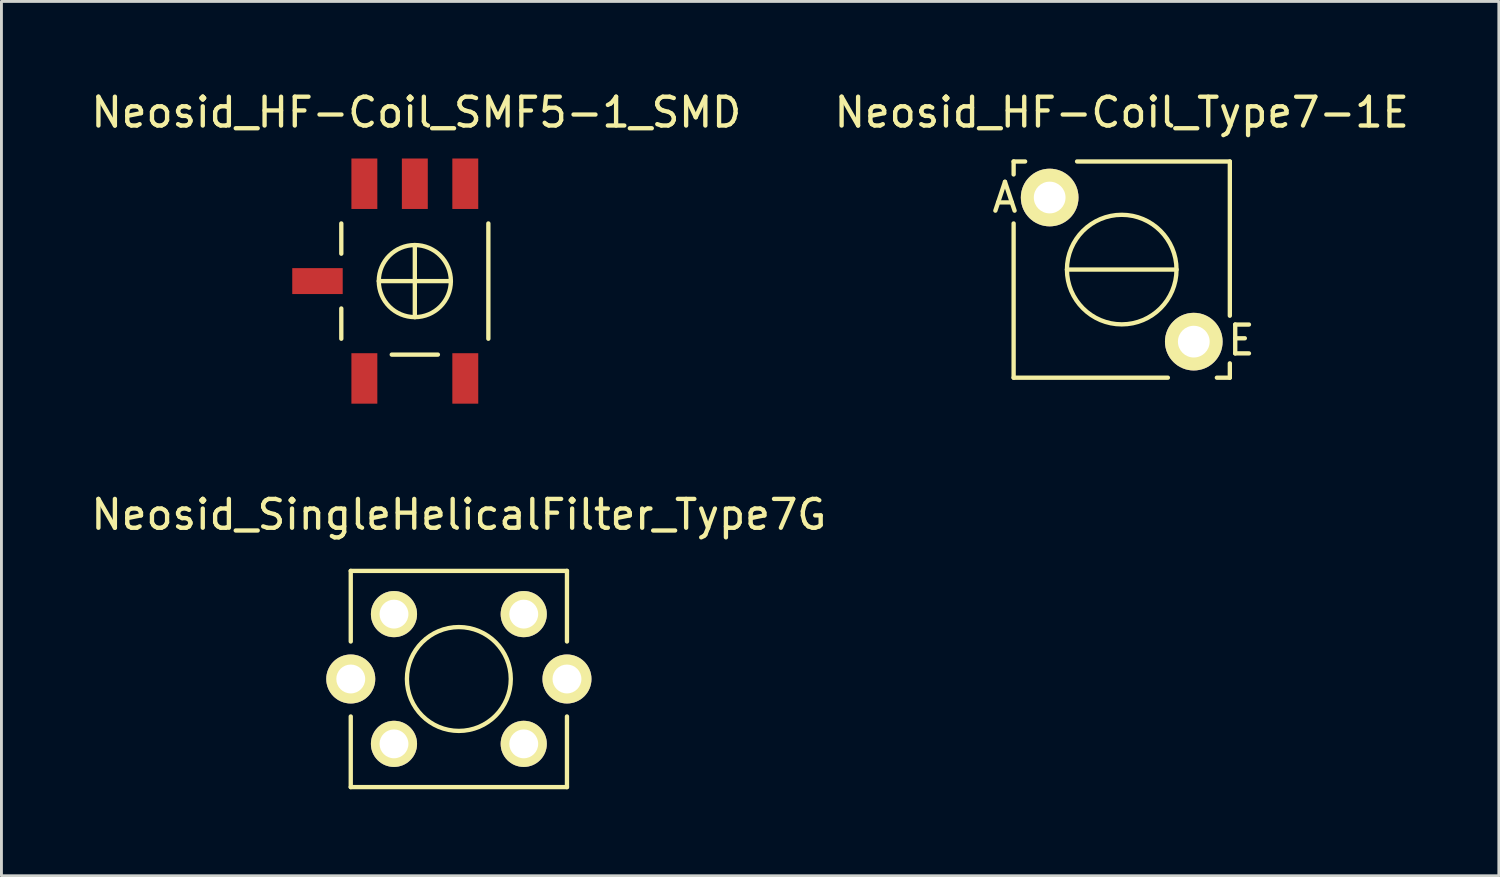
<source format=kicad_pcb>
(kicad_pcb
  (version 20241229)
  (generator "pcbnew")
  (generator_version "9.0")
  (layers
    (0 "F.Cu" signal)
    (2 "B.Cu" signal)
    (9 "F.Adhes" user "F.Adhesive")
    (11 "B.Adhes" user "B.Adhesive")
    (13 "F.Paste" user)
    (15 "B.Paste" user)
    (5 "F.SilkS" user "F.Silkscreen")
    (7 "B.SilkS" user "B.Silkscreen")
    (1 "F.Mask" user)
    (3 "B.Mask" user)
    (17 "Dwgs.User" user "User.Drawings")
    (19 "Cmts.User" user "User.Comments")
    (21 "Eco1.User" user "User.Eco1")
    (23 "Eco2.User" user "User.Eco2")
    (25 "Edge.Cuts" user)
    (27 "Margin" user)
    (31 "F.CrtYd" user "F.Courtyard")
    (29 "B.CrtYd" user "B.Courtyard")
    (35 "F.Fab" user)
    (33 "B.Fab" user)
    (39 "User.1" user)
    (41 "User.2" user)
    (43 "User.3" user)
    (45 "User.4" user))
  (footprint "Neosid_SingleHelicalFilter_Type7G"
    (layer "F.Cu")
    (at 12.863 20.497)
    (property "Reference" "Neosid_SingleHelicalFilter_Type7G" (at 0 -5.7 0) (layer "F.SilkS") (effects (font (size 1 1) (thickness 0.15))))
    (attr through_hole)
    (fp_line (start -3.749 -3.749) (end -3.749 -1.3) (stroke (width 0.15) (type solid)) (layer "F.SilkS"))
    (fp_line (start -3.749 1.3) (end -3.749 3.749) (stroke (width 0.15) (type solid)) (layer "F.SilkS"))
    (fp_line (start -3.749 3.749) (end 3.749 3.749) (stroke (width 0.15) (type solid)) (layer "F.SilkS"))
    (fp_line (start 3.749 -3.749) (end -3.749 -3.749) (stroke (width 0.15) (type solid)) (layer "F.SilkS"))
    (fp_line (start 3.749 -1.3) (end 3.749 -3.749) (stroke (width 0.15) (type solid)) (layer "F.SilkS"))
    (fp_line (start 3.749 3.749) (end 3.749 1.3) (stroke (width 0.15) (type solid)) (layer "F.SilkS"))
    (fp_circle (center 0 0) (end 1.801 0) (stroke (width 0.15) (type solid)) (fill no) (layer "F.SilkS"))
    (pad "1" thru_hole circle (at 2.25 2.25 90) (size 1.6 1.6) (drill 1.001) (layers "*.Cu" "*.Mask" "F.SilkS"))
    (pad "2" thru_hole circle (at 2.25 -2.25 90) (size 1.6 1.6) (drill 1.001) (layers "*.Cu" "*.Mask" "F.SilkS"))
    (pad "4" thru_hole circle (at -2.25 -2.25 90) (size 1.6 1.6) (drill 1.001) (layers "*.Cu" "*.Mask" "F.SilkS"))
    (pad "5" thru_hole circle (at -2.25 2.25 90) (size 1.6 1.6) (drill 1.001) (layers "*.Cu" "*.Mask" "F.SilkS"))
    (pad "~" thru_hole circle (at -3.749 0 90) (size 1.699 1.699) (drill 1.001) (layers "*.Cu" "*.Mask" "F.SilkS"))
    (pad "~" thru_hole circle (at 3.749 0 90) (size 1.699 1.699) (drill 1.001) (layers "*.Cu" "*.Mask" "F.SilkS")))
  (footprint "Neosid_HF-Coil_Type7-1E"
    (layer "F.Cu")
    (at 35.851 6.299)
    (property "Reference" "Neosid_HF-Coil_Type7-1E" (at 0 -5.451 0) (layer "F.SilkS") (effects (font (size 1 1) (thickness 0.15))))
    (attr through_hole)
    (fp_line (start -3.749 -3.749) (end -3.749 -3.299) (stroke (width 0.15) (type solid)) (layer "F.SilkS"))
    (fp_line (start -3.749 -3.749) (end -3.35 -3.749) (stroke (width 0.15) (type solid)) (layer "F.SilkS"))
    (fp_line (start -3.749 3.749) (end -3.749 -1.6) (stroke (width 0.15) (type solid)) (layer "F.SilkS"))
    (fp_line (start -3.749 3.749) (end 1.6 3.749) (stroke (width 0.15) (type solid)) (layer "F.SilkS"))
    (fp_line (start -1.9 0) (end 1.9 0) (stroke (width 0.15) (type solid)) (layer "F.SilkS"))
    (fp_line (start 3.749 -3.749) (end -1.549 -3.749) (stroke (width 0.15) (type solid)) (layer "F.SilkS"))
    (fp_line (start 3.749 -3.749) (end 3.749 1.6) (stroke (width 0.15) (type solid)) (layer "F.SilkS"))
    (fp_line (start 3.749 3.749) (end 3.299 3.749) (stroke (width 0.15) (type solid)) (layer "F.SilkS"))
    (fp_line (start 3.749 3.749) (end 3.749 3.251) (stroke (width 0.15) (type solid)) (layer "F.SilkS"))
    (fp_circle (center 0 0) (end 1.9 0) (stroke (width 0.15) (type solid)) (fill no) (layer "F.SilkS"))
    (fp_text user "E" (at 4.15 2.451 0) (layer "F.SilkS") (effects (font (size 1 1) (thickness 0.15))))
    (fp_text user "A" (at -4.049 -2.499 0) (layer "F.SilkS") (effects (font (size 1 1) (thickness 0.15))))
    (pad "1" thru_hole circle (at -2.499 -2.499 90) (size 1.999 1.999) (drill 1.1) (layers "*.Cu" "*.Mask" "F.SilkS"))
    (pad "2" thru_hole circle (at 2.499 2.499 90) (size 1.999 1.999) (drill 1.1) (layers "*.Cu" "*.Mask" "F.SilkS")))
  (footprint "Neosid_HF-Coil_SMF5-1_SMD"
    (layer "F.Cu")
    (at 11.336 6.698)
    (property "Reference" "Neosid_HF-Coil_SMF5-1_SMD" (at 0.051 -5.85 0) (layer "F.SilkS") (effects (font (size 1 1) (thickness 0.15))))
    (attr through_hole)
    (fp_line (start -2.55 -1.999) (end -2.55 -0.95) (stroke (width 0.15) (type solid)) (layer "F.SilkS"))
    (fp_line (start -2.55 0.95) (end -2.55 1.999) (stroke (width 0.15) (type solid)) (layer "F.SilkS"))
    (fp_line (start -0.8 2.55) (end 0.8 2.55) (stroke (width 0.15) (type solid)) (layer "F.SilkS"))
    (fp_line (start 0 -1.25) (end 0 1.25) (stroke (width 0.15) (type solid)) (layer "F.SilkS"))
    (fp_line (start 1.25 0) (end -1.25 0) (stroke (width 0.15) (type solid)) (layer "F.SilkS"))
    (fp_line (start 2.55 -1.999) (end 2.55 1.999) (stroke (width 0.15) (type solid)) (layer "F.SilkS"))
    (fp_circle (center 0 0) (end 1.25 0) (stroke (width 0.15) (type solid)) (fill no) (layer "F.SilkS"))
    (pad "1" smd rect (at -1.75 3.376) (size 0.899 1.75) (layers "F.Cu" "F.Mask" "F.Paste"))
    (pad "2" smd rect (at -1.75 -3.376) (size 0.899 1.75) (layers "F.Cu" "F.Mask" "F.Paste"))
    (pad "3" smd rect (at 0 -3.376) (size 0.899 1.75) (layers "F.Cu" "F.Mask" "F.Paste"))
    (pad "4" smd rect (at 1.75 -3.376) (size 0.899 1.75) (layers "F.Cu" "F.Mask" "F.Paste"))
    (pad "5" smd rect (at 1.75 3.376) (size 0.899 1.75) (layers "F.Cu" "F.Mask" "F.Paste"))
    (pad "~" smd rect (at -3.376 0 90) (size 0.899 1.75) (layers "F.Cu" "F.Mask" "F.Paste")))
  (gr_rect
    (start -3 -3)
    (end 48.929 27.321)
    (stroke (width 0.1) (type default))
    (fill no)
    (layer "Edge.Cuts")))
</source>
